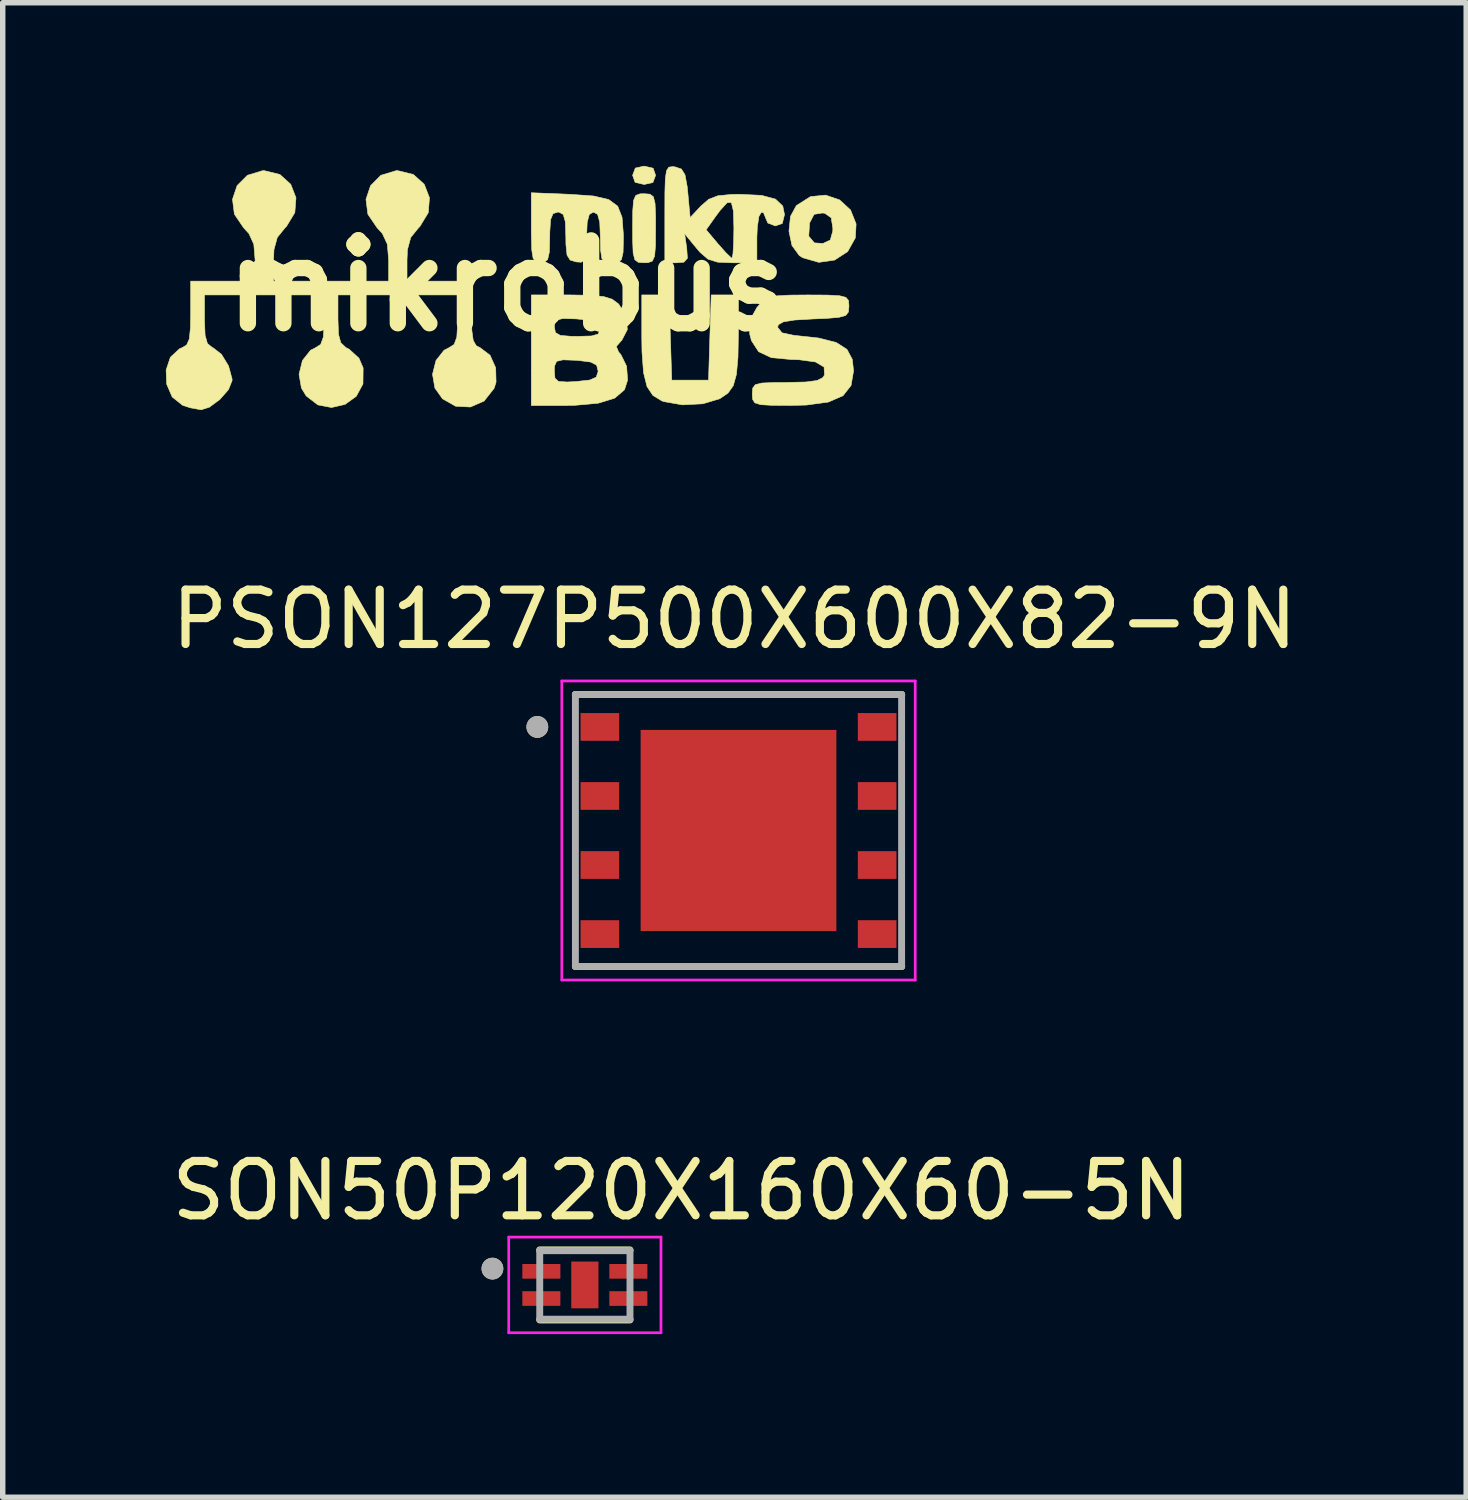
<source format=kicad_pcb>
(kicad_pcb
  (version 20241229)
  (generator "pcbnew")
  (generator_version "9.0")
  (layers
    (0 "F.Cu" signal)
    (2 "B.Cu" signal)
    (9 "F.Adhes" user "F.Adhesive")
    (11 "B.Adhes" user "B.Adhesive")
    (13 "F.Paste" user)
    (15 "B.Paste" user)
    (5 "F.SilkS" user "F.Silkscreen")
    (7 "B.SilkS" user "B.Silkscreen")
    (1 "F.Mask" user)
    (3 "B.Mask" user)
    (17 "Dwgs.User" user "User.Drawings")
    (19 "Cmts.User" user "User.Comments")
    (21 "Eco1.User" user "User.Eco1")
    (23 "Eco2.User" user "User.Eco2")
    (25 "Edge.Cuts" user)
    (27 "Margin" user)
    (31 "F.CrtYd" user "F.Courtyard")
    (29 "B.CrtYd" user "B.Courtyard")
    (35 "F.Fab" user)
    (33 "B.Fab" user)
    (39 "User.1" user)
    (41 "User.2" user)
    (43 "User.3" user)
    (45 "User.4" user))
  (footprint "mikrobus"
    (layer "F.Cu")
    (at 6.299 2.206)
    (property "Reference" "mikrobus" (at 0 0 0) (layer "F.SilkS") (effects (font (size 1.524 1.524) (thickness 0.3))))
    (attr through_hole)
    (fp_poly (pts (xy 2.664 -2.162) (xy 2.709 -2.032) (xy 2.66 -1.899) (xy 2.498 -1.863) (xy 2.332 -1.902) (xy 2.286 -2.032) (xy 2.336 -2.165) (xy 2.498 -2.201) (xy 2.664 -2.162)) (stroke (width 0.01) (type solid)) (fill yes) (layer "F.SilkS"))
    (fp_poly (pts (xy 2.605 -1.685) (xy 2.668 -1.638) (xy 2.699 -1.515) (xy 2.709 -1.281) (xy 2.709 -1.058) (xy 2.707 -0.735) (xy 2.691 -0.546) (xy 2.65 -0.455) (xy 2.572 -0.426) (xy 2.498 -0.423) (xy 2.39 -0.431) (xy 2.327 -0.479) (xy 2.296 -0.602) (xy 2.287 -0.835) (xy 2.286 -1.058) (xy 2.289 -1.381) (xy 2.304 -1.571) (xy 2.345 -1.662) (xy 2.423 -1.691) (xy 2.498 -1.693) (xy 2.605 -1.685)) (stroke (width 0.01) (type solid)) (fill yes) (layer "F.SilkS"))
    (fp_poly (pts (xy 2.981 0.953) (xy 3.006 1.736) (xy 3.683 1.736) (xy 3.707 0.953) (xy 3.732 0.169) (xy 4.233 0.169) (xy 4.232 0.868) (xy 4.224 1.316) (xy 4.196 1.629) (xy 4.138 1.837) (xy 4.041 1.974) (xy 3.896 2.073) (xy 3.888 2.078) (xy 3.576 2.171) (xy 3.203 2.19) (xy 2.862 2.131) (xy 2.821 2.116) (xy 2.659 2.017) (xy 2.551 1.854) (xy 2.487 1.597) (xy 2.459 1.219) (xy 2.455 0.937) (xy 2.455 0.169) (xy 2.957 0.169) (xy 2.981 0.953)) (stroke (width 0.01) (type solid)) (fill yes) (layer "F.SilkS"))
    (fp_poly (pts (xy 6.094 -1.579) (xy 6.294 -1.395) (xy 6.397 -1.138) (xy 6.383 -0.881) (xy 6.242 -0.629) (xy 6.002 -0.473) (xy 5.711 -0.431) (xy 5.416 -0.515) (xy 5.353 -0.555) (xy 5.217 -0.741) (xy 5.181 -0.912) (xy 5.526 -0.912) (xy 5.629 -0.789) (xy 5.786 -0.778) (xy 5.922 -0.841) (xy 5.968 -1.006) (xy 5.969 -1.058) (xy 5.939 -1.25) (xy 5.825 -1.331) (xy 5.781 -1.339) (xy 5.624 -1.314) (xy 5.542 -1.157) (xy 5.541 -1.153) (xy 5.526 -0.912) (xy 5.181 -0.912) (xy 5.162 -1.006) (xy 5.19 -1.277) (xy 5.298 -1.475) (xy 5.558 -1.64) (xy 5.836 -1.667) (xy 6.094 -1.579)) (stroke (width 0.01) (type solid)) (fill yes) (layer "F.SilkS"))
    (fp_poly (pts (xy 1.15 -1.681) (xy 1.569 -1.651) (xy 1.846 -1.586) (xy 2.012 -1.464) (xy 2.092 -1.26) (xy 2.116 -0.951) (xy 2.117 -0.873) (xy 2.111 -0.612) (xy 2.08 -0.478) (xy 2.003 -0.429) (xy 1.905 -0.423) (xy 1.784 -0.435) (xy 1.721 -0.499) (xy 1.697 -0.656) (xy 1.693 -0.889) (xy 1.682 -1.17) (xy 1.642 -1.314) (xy 1.566 -1.355) (xy 1.49 -1.313) (xy 1.451 -1.168) (xy 1.439 -0.886) (xy 1.439 -0.883) (xy 1.434 -0.615) (xy 1.407 -0.478) (xy 1.342 -0.433) (xy 1.249 -0.439) (xy 1.137 -0.473) (xy 1.08 -0.565) (xy 1.06 -0.76) (xy 1.058 -0.91) (xy 1.049 -1.176) (xy 1.011 -1.311) (xy 0.933 -1.354) (xy 0.91 -1.355) (xy 0.823 -1.327) (xy 0.778 -1.218) (xy 0.763 -0.99) (xy 0.762 -0.889) (xy 0.755 -0.62) (xy 0.723 -0.48) (xy 0.652 -0.428) (xy 0.593 -0.423) (xy 0.507 -0.438) (xy 0.456 -0.506) (xy 0.431 -0.661) (xy 0.424 -0.939) (xy 0.423 -1.067) (xy 0.423 -1.711) (xy 1.15 -1.681)) (stroke (width 0.01) (type solid)) (fill yes) (layer "F.SilkS"))
    (fp_poly (pts (xy 5.868 0.171) (xy 6.091 0.183) (xy 6.209 0.213) (xy 6.257 0.27) (xy 6.265 0.364) (xy 6.265 0.377) (xy 6.256 0.482) (xy 6.206 0.546) (xy 6.08 0.581) (xy 5.842 0.601) (xy 5.609 0.61) (xy 5.265 0.63) (xy 5.061 0.663) (xy 4.968 0.715) (xy 4.953 0.762) (xy 5.033 0.865) (xy 5.249 0.911) (xy 5.714 0.962) (xy 6.033 1.044) (xy 6.229 1.17) (xy 6.327 1.354) (xy 6.35 1.566) (xy 6.304 1.834) (xy 6.156 2.022) (xy 5.887 2.139) (xy 5.482 2.194) (xy 5.196 2.201) (xy 4.85 2.199) (xy 4.641 2.187) (xy 4.533 2.153) (xy 4.493 2.088) (xy 4.487 1.99) (xy 4.495 1.882) (xy 4.543 1.819) (xy 4.665 1.789) (xy 4.898 1.779) (xy 5.125 1.778) (xy 5.468 1.77) (xy 5.677 1.743) (xy 5.784 1.69) (xy 5.815 1.642) (xy 5.808 1.495) (xy 5.649 1.401) (xy 5.335 1.359) (xy 5.202 1.356) (xy 4.837 1.322) (xy 4.604 1.213) (xy 4.472 1.01) (xy 4.44 0.888) (xy 4.444 0.63) (xy 4.572 0.401) (xy 4.668 0.29) (xy 4.773 0.222) (xy 4.927 0.186) (xy 5.172 0.172) (xy 5.509 0.169) (xy 5.868 0.171)) (stroke (width 0.01) (type solid)) (fill yes) (layer "F.SilkS"))
    (fp_poly (pts (xy 3.069 -2.186) (xy 3.184 -2.147) (xy 3.25 -2.041) (xy 3.29 -1.826) (xy 3.302 -1.707) (xy 3.344 -1.254) (xy 3.543 -1.467) (xy 3.685 -1.59) (xy 3.852 -1.655) (xy 4.105 -1.68) (xy 4.255 -1.682) (xy 4.657 -1.663) (xy 4.914 -1.594) (xy 5.048 -1.467) (xy 5.08 -1.309) (xy 5.039 -1.145) (xy 4.911 -1.101) (xy 4.773 -1.154) (xy 4.741 -1.228) (xy 4.696 -1.34) (xy 4.657 -1.355) (xy 4.61 -1.278) (xy 4.58 -1.081) (xy 4.572 -0.889) (xy 4.572 -0.423) (xy 4.128 -0.423) (xy 3.85 -0.434) (xy 3.673 -0.489) (xy 3.528 -0.614) (xy 3.463 -0.69) (xy 3.243 -0.957) (xy 3.282 -0.69) (xy 3.294 -0.506) (xy 3.23 -0.434) (xy 3.1 -0.423) (xy 2.879 -0.423) (xy 2.879 -1.03) (xy 3.639 -1.03) (xy 3.859 -0.769) (xy 4.005 -0.605) (xy 4.101 -0.514) (xy 4.114 -0.508) (xy 4.132 -0.585) (xy 4.144 -0.788) (xy 4.149 -1.063) (xy 4.14 -1.376) (xy 4.103 -1.529) (xy 4.027 -1.53) (xy 3.896 -1.387) (xy 3.813 -1.275) (xy 3.639 -1.03) (xy 2.879 -1.03) (xy 2.879 -1.318) (xy 2.88 -1.715) (xy 2.888 -1.972) (xy 2.91 -2.117) (xy 2.952 -2.181) (xy 3.02 -2.192) (xy 3.069 -2.186)) (stroke (width 0.01) (type solid)) (fill yes) (layer "F.SilkS"))
    (fp_poly (pts (xy 1.512 0.175) (xy 1.755 0.199) (xy 1.911 0.248) (xy 2.024 0.331) (xy 2.032 0.339) (xy 2.17 0.564) (xy 2.189 0.807) (xy 2.086 1.006) (xy 2.072 1.018) (xy 1.987 1.116) (xy 2.029 1.218) (xy 2.072 1.268) (xy 2.176 1.48) (xy 2.194 1.736) (xy 2.137 1.913) (xy 1.957 2.067) (xy 1.654 2.16) (xy 1.21 2.2) (xy 1.064 2.201) (xy 0.423 2.201) (xy 0.423 1.566) (xy 0.847 1.566) (xy 0.858 1.699) (xy 0.923 1.76) (xy 1.085 1.77) (xy 1.249 1.761) (xy 1.497 1.734) (xy 1.617 1.681) (xy 1.651 1.58) (xy 1.651 1.566) (xy 1.624 1.46) (xy 1.515 1.403) (xy 1.282 1.373) (xy 1.249 1.371) (xy 1.006 1.362) (xy 0.888 1.39) (xy 0.85 1.477) (xy 0.847 1.566) (xy 0.423 1.566) (xy 0.423 0.757) (xy 0.847 0.757) (xy 0.867 0.861) (xy 0.957 0.913) (xy 1.158 0.93) (xy 1.276 0.931) (xy 1.531 0.923) (xy 1.654 0.888) (xy 1.682 0.812) (xy 1.678 0.783) (xy 1.611 0.684) (xy 1.437 0.628) (xy 1.248 0.609) (xy 1.004 0.602) (xy 0.885 0.632) (xy 0.848 0.714) (xy 0.847 0.757) (xy 0.423 0.757) (xy 0.423 0.169) (xy 1.143 0.169) (xy 1.512 0.175)) (stroke (width 0.01) (type solid)) (fill yes) (layer "F.SilkS"))
    (fp_poly (pts (xy -1.746 -2.047) (xy -1.546 -1.867) (xy -1.45 -1.619) (xy -1.471 -1.346) (xy -1.626 -1.09) (xy -1.651 -1.066) (xy -1.794 -0.889) (xy -1.855 -0.665) (xy -1.863 -0.477) (xy -1.863 -0.085) (xy -0.677 -0.085) (xy -0.677 0.502) (xy -0.671 0.819) (xy -0.645 1.006) (xy -0.59 1.102) (xy -0.517 1.14) (xy -0.336 1.277) (xy -0.232 1.509) (xy -0.225 1.772) (xy -0.26 1.885) (xy -0.445 2.12) (xy -0.697 2.23) (xy -0.968 2.216) (xy -1.21 2.079) (xy -1.35 1.882) (xy -1.394 1.628) (xy -1.33 1.374) (xy -1.182 1.186) (xy -1.092 1.14) (xy -0.996 1.079) (xy -0.947 0.944) (xy -0.932 0.692) (xy -0.931 0.629) (xy -0.931 0.169) (xy -3.133 0.169) (xy -3.133 0.621) (xy -3.123 0.893) (xy -3.081 1.048) (xy -2.987 1.137) (xy -2.929 1.166) (xy -2.747 1.331) (xy -2.67 1.511) (xy -2.673 1.806) (xy -2.797 2.034) (xy -3.003 2.182) (xy -3.251 2.239) (xy -3.503 2.191) (xy -3.718 2.025) (xy -3.805 1.882) (xy -3.849 1.628) (xy -3.786 1.374) (xy -3.637 1.186) (xy -3.547 1.14) (xy -3.451 1.079) (xy -3.402 0.944) (xy -3.387 0.692) (xy -3.387 0.629) (xy -3.387 0.169) (xy -5.588 0.169) (xy -5.588 0.629) (xy -5.577 0.909) (xy -5.534 1.062) (xy -5.448 1.133) (xy -5.432 1.139) (xy -5.276 1.26) (xy -5.145 1.475) (xy -5.081 1.712) (xy -5.08 1.743) (xy -5.146 1.909) (xy -5.305 2.091) (xy -5.497 2.233) (xy -5.648 2.281) (xy -5.848 2.245) (xy -5.991 2.198) (xy -6.182 2.045) (xy -6.283 1.811) (xy -6.294 1.55) (xy -6.215 1.314) (xy -6.045 1.157) (xy -6.002 1.14) (xy -5.916 1.089) (xy -5.867 0.979) (xy -5.846 0.77) (xy -5.842 0.502) (xy -5.842 -0.085) (xy -4.657 -0.085) (xy -4.657 -0.477) (xy -4.681 -0.764) (xy -4.771 -0.96) (xy -4.868 -1.066) (xy -5.038 -1.316) (xy -5.073 -1.59) (xy -4.988 -1.842) (xy -4.799 -2.032) (xy -4.522 -2.116) (xy -4.487 -2.117) (xy -4.201 -2.047) (xy -4.002 -1.867) (xy -3.905 -1.619) (xy -3.926 -1.346) (xy -4.081 -1.09) (xy -4.106 -1.066) (xy -4.249 -0.889) (xy -4.31 -0.665) (xy -4.318 -0.477) (xy -4.318 -0.085) (xy -2.201 -0.085) (xy -2.201 -0.477) (xy -2.225 -0.764) (xy -2.316 -0.96) (xy -2.413 -1.066) (xy -2.583 -1.316) (xy -2.618 -1.59) (xy -2.533 -1.842) (xy -2.344 -2.032) (xy -2.067 -2.116) (xy -2.032 -2.117) (xy -1.746 -2.047)) (stroke (width 0.01) (type solid)) (fill yes) (layer "F.SilkS")))
  (footprint "PSON127P500X600X82-9N"
    (layer "F.Cu")
    (at 10.533 12.225)
    (property "Reference" "PSON127P500X600X82-9N" (at -0.075 -3.885 0) (layer "F.SilkS") (effects (font (size 1 1) (thickness 0.15))))
    (attr smd)
    (fp_line (start -3 -2.5) (end -3 -2.48) (stroke (width 0.127) (type solid)) (layer "F.SilkS"))
    (fp_line (start -3 2.5) (end -3 2.48) (stroke (width 0.127) (type solid)) (layer "F.SilkS"))
    (fp_line (start -3 2.5) (end 3 2.5) (stroke (width 0.127) (type solid)) (layer "F.SilkS"))
    (fp_line (start 3 -2.5) (end -3 -2.5) (stroke (width 0.127) (type solid)) (layer "F.SilkS"))
    (fp_line (start 3 -2.48) (end 3 -2.5) (stroke (width 0.127) (type solid)) (layer "F.SilkS"))
    (fp_line (start 3 2.5) (end 3 2.48) (stroke (width 0.127) (type solid)) (layer "F.SilkS"))
    (fp_circle (center -3.7 -1.905) (end -3.6 -1.905) (stroke (width 0.2) (type solid)) (fill no) (layer "F.SilkS"))
    (fp_poly (pts (xy -1.355 -1.405) (xy -0.225 -1.405) (xy -0.225 -0.225) (xy -1.355 -0.225)) (stroke (width 0.01) (type solid)) (fill yes) (layer "F.Paste"))
    (fp_poly (pts (xy -1.355 0.225) (xy -0.225 0.225) (xy -0.225 1.405) (xy -1.355 1.405)) (stroke (width 0.01) (type solid)) (fill yes) (layer "F.Paste"))
    (fp_poly (pts (xy 0.225 -1.405) (xy 1.355 -1.405) (xy 1.355 -0.225) (xy 0.225 -0.225)) (stroke (width 0.01) (type solid)) (fill yes) (layer "F.Paste"))
    (fp_poly (pts (xy 0.225 0.225) (xy 1.355 0.225) (xy 1.355 1.405) (xy 0.225 1.405)) (stroke (width 0.01) (type solid)) (fill yes) (layer "F.Paste"))
    (fp_line (start -3.25 -2.75) (end -3.25 2.75) (stroke (width 0.05) (type solid)) (layer "F.CrtYd"))
    (fp_line (start -3.25 2.75) (end 3.25 2.75) (stroke (width 0.05) (type solid)) (layer "F.CrtYd"))
    (fp_line (start 3.25 -2.75) (end -3.25 -2.75) (stroke (width 0.05) (type solid)) (layer "F.CrtYd"))
    (fp_line (start 3.25 2.75) (end 3.25 -2.75) (stroke (width 0.05) (type solid)) (layer "F.CrtYd"))
    (fp_line (start -3 -2.5) (end -3 2.5) (stroke (width 0.127) (type solid)) (layer "F.Fab"))
    (fp_line (start -3 2.5) (end 3 2.5) (stroke (width 0.127) (type solid)) (layer "F.Fab"))
    (fp_line (start 3 -2.5) (end -3 -2.5) (stroke (width 0.127) (type solid)) (layer "F.Fab"))
    (fp_line (start 3 2.5) (end 3 -2.5) (stroke (width 0.127) (type solid)) (layer "F.Fab"))
    (fp_circle (center -3.7 -1.905) (end -3.6 -1.905) (stroke (width 0.2) (type solid)) (fill no) (layer "F.Fab"))
    (pad "1" smd rect (at -2.55 -1.905) (size 0.71 0.51) (layers "F.Cu" "F.Mask" "F.Paste"))
    (pad "2" smd rect (at -2.55 -0.635) (size 0.71 0.51) (layers "F.Cu" "F.Mask" "F.Paste"))
    (pad "3" smd rect (at -2.55 0.635) (size 0.71 0.51) (layers "F.Cu" "F.Mask" "F.Paste"))
    (pad "4" smd rect (at -2.55 1.905) (size 0.71 0.51) (layers "F.Cu" "F.Mask" "F.Paste"))
    (pad "5" smd rect (at 2.55 1.905) (size 0.71 0.51) (layers "F.Cu" "F.Mask" "F.Paste"))
    (pad "6" smd rect (at 2.55 0.635) (size 0.71 0.51) (layers "F.Cu" "F.Mask" "F.Paste"))
    (pad "7" smd rect (at 2.55 -0.635) (size 0.71 0.51) (layers "F.Cu" "F.Mask" "F.Paste"))
    (pad "8" smd rect (at 2.55 -1.905) (size 0.71 0.51) (layers "F.Cu" "F.Mask" "F.Paste"))
    (pad "9" smd rect (at 0 0) (size 3.6 3.7) (layers "F.Cu" "F.Mask")))
  (footprint "SON50P120X160X60-5N"
    (layer "F.Cu")
    (at 7.707 20.583)
    (property "Reference" "SON50P120X160X60-5N" (at 1.775 -1.735 0) (layer "F.SilkS") (effects (font (size 1 1) (thickness 0.15))))
    (attr smd)
    (fp_line (start -0.83 -0.644) (end 0.83 -0.644) (stroke (width 0.127) (type solid)) (layer "F.SilkS"))
    (fp_line (start 0.83 0.644) (end -0.83 0.644) (stroke (width 0.127) (type solid)) (layer "F.SilkS"))
    (fp_circle (center -1.7 -0.3) (end -1.6 -0.3) (stroke (width 0.2) (type solid)) (fill no) (layer "F.SilkS"))
    (fp_poly (pts (xy -0.159 -0.339) (xy 0.159 -0.339) (xy 0.159 0.339) (xy -0.159 0.339)) (stroke (width 0.01) (type solid)) (fill yes) (layer "F.Paste"))
    (fp_line (start -1.4 -0.88) (end 1.4 -0.88) (stroke (width 0.05) (type solid)) (layer "F.CrtYd"))
    (fp_line (start -1.4 0.88) (end -1.4 -0.88) (stroke (width 0.05) (type solid)) (layer "F.CrtYd"))
    (fp_line (start 1.4 -0.88) (end 1.4 0.88) (stroke (width 0.05) (type solid)) (layer "F.CrtYd"))
    (fp_line (start 1.4 0.88) (end -1.4 0.88) (stroke (width 0.05) (type solid)) (layer "F.CrtYd"))
    (fp_line (start -0.83 -0.63) (end 0.83 -0.63) (stroke (width 0.127) (type solid)) (layer "F.Fab"))
    (fp_line (start -0.83 0.63) (end -0.83 -0.63) (stroke (width 0.127) (type solid)) (layer "F.Fab"))
    (fp_line (start 0.83 -0.63) (end 0.83 0.63) (stroke (width 0.127) (type solid)) (layer "F.Fab"))
    (fp_line (start 0.83 0.63) (end -0.83 0.63) (stroke (width 0.127) (type solid)) (layer "F.Fab"))
    (fp_circle (center -1.7 -0.3) (end -1.6 -0.3) (stroke (width 0.2) (type solid)) (fill no) (layer "F.Fab"))
    (pad "1" smd roundrect (at -0.8 -0.25) (size 0.7 0.27) (layers "F.Cu" "F.Mask" "F.Paste") (roundrect_rratio 0.03))
    (pad "2" smd roundrect (at -0.8 0.25) (size 0.7 0.27) (layers "F.Cu" "F.Mask" "F.Paste") (roundrect_rratio 0.03))
    (pad "3" smd roundrect (at 0.8 0.25 180) (size 0.7 0.27) (layers "F.Cu" "F.Mask" "F.Paste") (roundrect_rratio 0.03))
    (pad "4" smd roundrect (at 0.8 -0.25 180) (size 0.7 0.27) (layers "F.Cu" "F.Mask" "F.Paste") (roundrect_rratio 0.03))
    (pad "5" smd rect (at 0 0) (size 0.5 0.86) (layers "F.Cu" "F.Mask")))
  (gr_rect
    (start -3 -3)
    (end 23.917 24.488)
    (stroke (width 0.1) (type default))
    (fill no)
    (layer "Edge.Cuts")))
</source>
